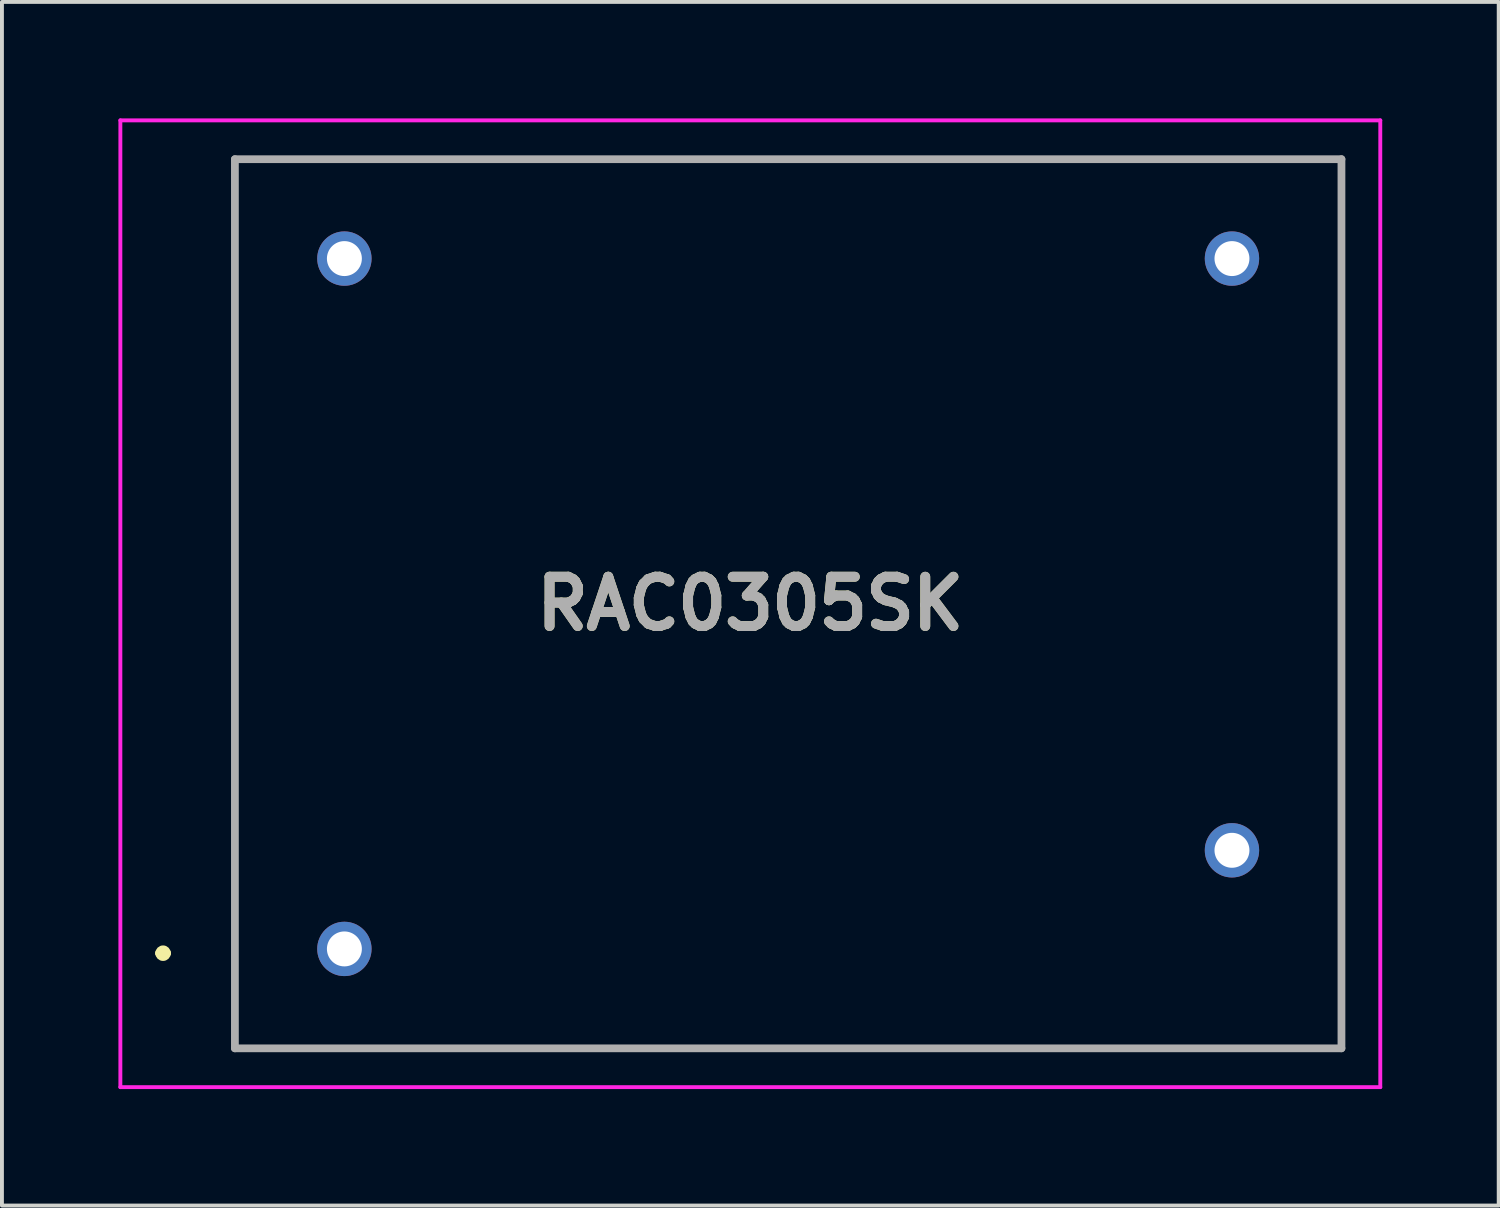
<source format=kicad_pcb>
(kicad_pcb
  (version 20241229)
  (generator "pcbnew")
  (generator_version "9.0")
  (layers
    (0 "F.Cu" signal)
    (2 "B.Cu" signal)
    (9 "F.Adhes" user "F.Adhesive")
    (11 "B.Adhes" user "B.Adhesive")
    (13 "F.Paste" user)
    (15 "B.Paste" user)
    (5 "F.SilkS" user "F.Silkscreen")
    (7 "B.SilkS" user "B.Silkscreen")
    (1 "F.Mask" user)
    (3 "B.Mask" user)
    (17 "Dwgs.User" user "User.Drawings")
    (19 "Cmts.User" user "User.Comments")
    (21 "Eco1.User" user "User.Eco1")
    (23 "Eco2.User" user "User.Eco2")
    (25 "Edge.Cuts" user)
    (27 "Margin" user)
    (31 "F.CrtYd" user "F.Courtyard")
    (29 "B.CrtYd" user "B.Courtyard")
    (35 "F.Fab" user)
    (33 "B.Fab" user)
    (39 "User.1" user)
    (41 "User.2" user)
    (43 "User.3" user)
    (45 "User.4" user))
  (footprint "RAC0305SK"
    (layer "F.Cu")
    (at 5.82 21.39)
    (property "Reference" "RAC0305SK" (at 10.455 -8.89 0) (layer "F.SilkS") (effects (font (size 1.27 1.27) (thickness 0.254))))
    (attr through_hole)
    (fp_line (start -4.77 0.11) (end -4.77 0.11) (stroke (width 0.2) (type solid)) (layer "F.SilkS"))
    (fp_line (start -4.57 0.11) (end -4.57 0.11) (stroke (width 0.2) (type solid)) (layer "F.SilkS"))
    (fp_line (start -2.82 -20.34) (end 25.68 -20.34) (stroke (width 0.1) (type solid)) (layer "F.SilkS"))
    (fp_line (start -2.82 2.56) (end -2.82 -20.34) (stroke (width 0.1) (type solid)) (layer "F.SilkS"))
    (fp_line (start 25.68 -20.34) (end 25.68 2.56) (stroke (width 0.1) (type solid)) (layer "F.SilkS"))
    (fp_line (start 25.68 2.56) (end -2.82 2.56) (stroke (width 0.1) (type solid)) (layer "F.SilkS"))
    (fp_arc (start -4.77 0.11) (mid -4.67 0.01) (end -4.57 0.11) (stroke (width 0.2) (type solid)) (layer "F.SilkS"))
    (fp_arc (start -4.57 0.11) (mid -4.67 0.21) (end -4.77 0.11) (stroke (width 0.2) (type solid)) (layer "F.SilkS"))
    (fp_line (start -5.77 -21.34) (end 26.68 -21.34) (stroke (width 0.1) (type solid)) (layer "F.CrtYd"))
    (fp_line (start -5.77 3.56) (end -5.77 -21.34) (stroke (width 0.1) (type solid)) (layer "F.CrtYd"))
    (fp_line (start 26.68 -21.34) (end 26.68 3.56) (stroke (width 0.1) (type solid)) (layer "F.CrtYd"))
    (fp_line (start 26.68 3.56) (end -5.77 3.56) (stroke (width 0.1) (type solid)) (layer "F.CrtYd"))
    (fp_line (start -2.82 -20.34) (end 25.68 -20.34) (stroke (width 0.2) (type solid)) (layer "F.Fab"))
    (fp_line (start -2.82 2.56) (end -2.82 -20.34) (stroke (width 0.2) (type solid)) (layer "F.Fab"))
    (fp_line (start 25.68 -20.34) (end 25.68 2.56) (stroke (width 0.2) (type solid)) (layer "F.Fab"))
    (fp_line (start 25.68 2.56) (end -2.82 2.56) (stroke (width 0.2) (type solid)) (layer "F.Fab"))
    (fp_text user "${REFERENCE}" (at 10.455 -8.89 0) (layer "F.Fab") (effects (font (size 1.27 1.27) (thickness 0.254))))
    (pad "1" thru_hole circle (at 0 0) (size 1.4 1.4) (drill 0.9) (layers "*.Cu" "*.Mask"))
    (pad "2" thru_hole circle (at 22.86 -2.54) (size 1.4 1.4) (drill 0.9) (layers "*.Cu" "*.Mask"))
    (pad "3" thru_hole circle (at 22.86 -17.78) (size 1.4 1.4) (drill 0.9) (layers "*.Cu" "*.Mask"))
    (pad "4" thru_hole circle (at 0 -17.78) (size 1.4 1.4) (drill 0.9) (layers "*.Cu" "*.Mask")))
  (gr_rect
    (start -3 -3)
    (end 35.55 28)
    (stroke (width 0.1) (type default))
    (fill no)
    (layer "Edge.Cuts")))
</source>
